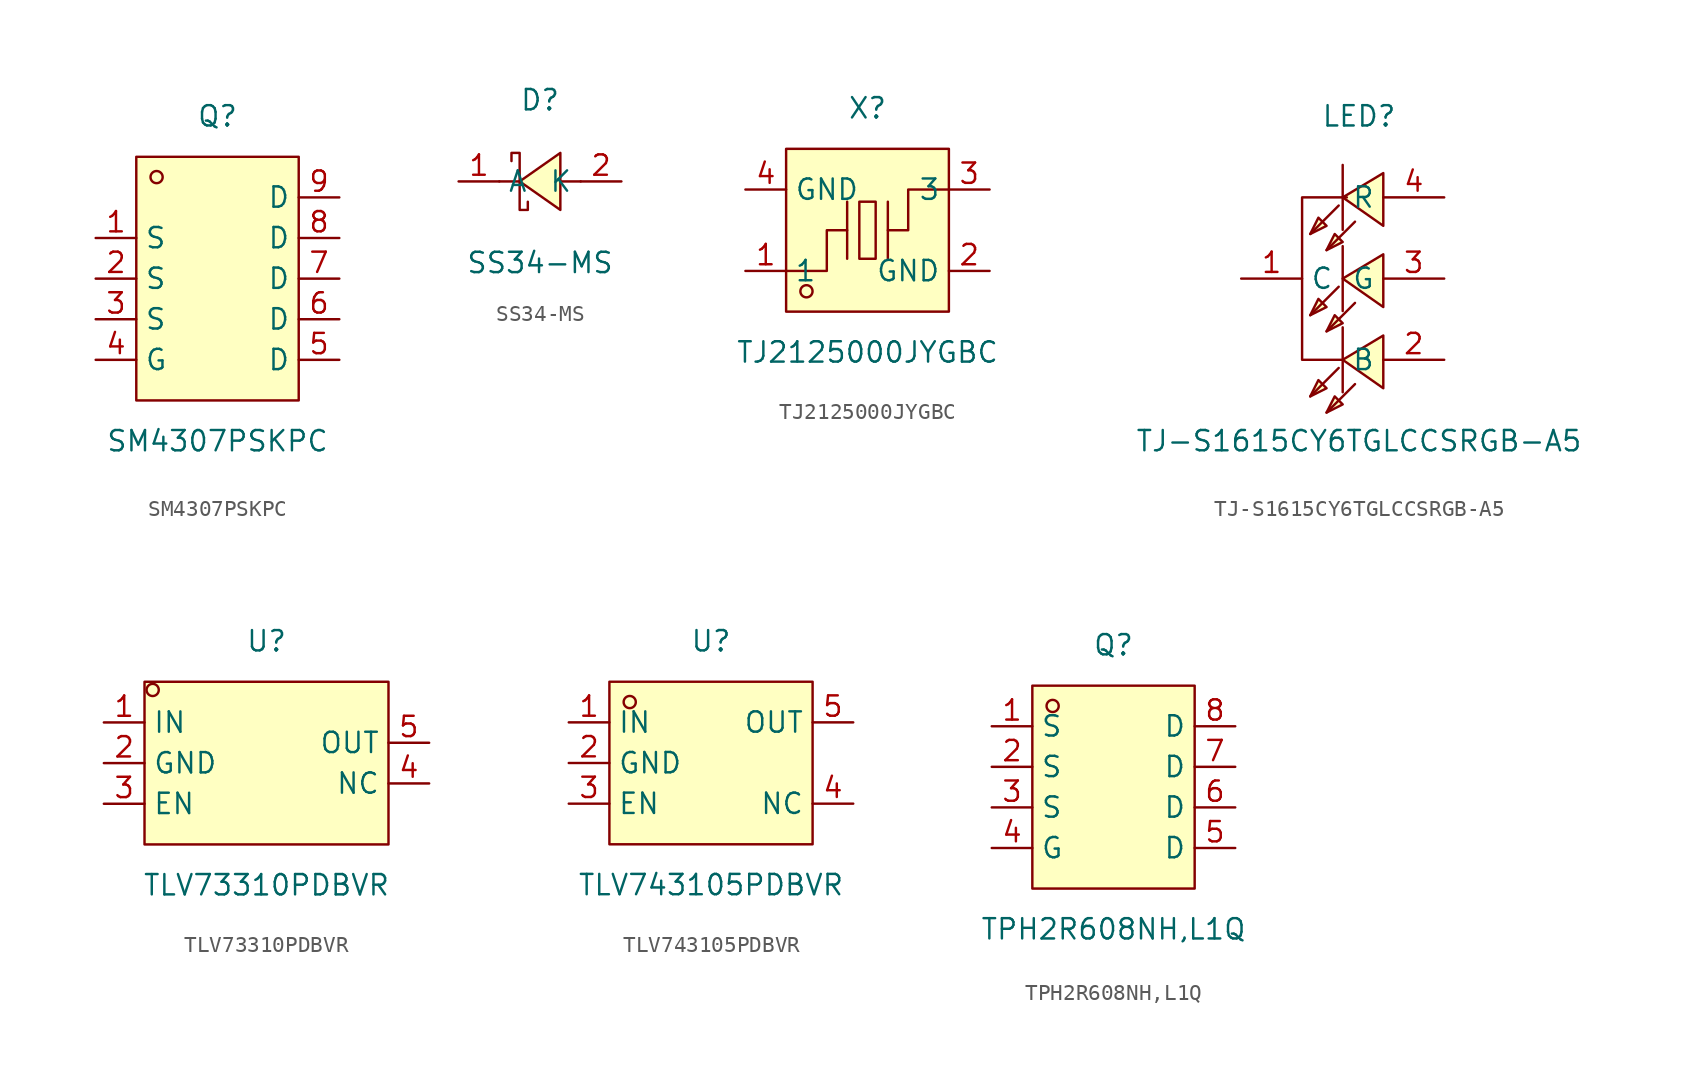
<source format=kicad_sym>
(kicad_symbol_lib
  (version 20220914)
  (generator kicad_symbol_editor)
  (symbol "SM4307PSKPC"
    (property "Reference" "Q"
      (at 0 12.7 0)
      (effects (font (size 1.27 1.27))))
    (property "Value" "SM4307PSKPC"
      (at 0 -7.62 0)
      (effects (font (size 1.27 1.27))))
    (symbol "SM4307PSKPC_0_1"
      (rectangle (start -5.08 10.16) (end 5.08 -5.08) (stroke (width 0) (type default)) (fill (type background)))
      (circle (center -3.81 8.89) (radius 0.38) (stroke (width 0) (type default)) (fill (type none)))
      (pin unspecified line (at -7.62 5.08 0) (length 2.54) (name "S" (effects (font (size 1.27 1.27)))) (number "1" (effects (font (size 1.27 1.27)))))
      (pin unspecified line (at -7.62 2.54 0) (length 2.54) (name "S" (effects (font (size 1.27 1.27)))) (number "2" (effects (font (size 1.27 1.27)))))
      (pin unspecified line (at -7.62 0 0) (length 2.54) (name "S" (effects (font (size 1.27 1.27)))) (number "3" (effects (font (size 1.27 1.27)))))
      (pin unspecified line (at -7.62 -2.54 0) (length 2.54) (name "G" (effects (font (size 1.27 1.27)))) (number "4" (effects (font (size 1.27 1.27)))))
      (pin unspecified line (at 7.62 -2.54 180) (length 2.54) (name "D" (effects (font (size 1.27 1.27)))) (number "5" (effects (font (size 1.27 1.27)))))
      (pin unspecified line (at 7.62 0 180) (length 2.54) (name "D" (effects (font (size 1.27 1.27)))) (number "6" (effects (font (size 1.27 1.27)))))
      (pin unspecified line (at 7.62 2.54 180) (length 2.54) (name "D" (effects (font (size 1.27 1.27)))) (number "7" (effects (font (size 1.27 1.27)))))
      (pin unspecified line (at 7.62 5.08 180) (length 2.54) (name "D" (effects (font (size 1.27 1.27)))) (number "8" (effects (font (size 1.27 1.27)))))
      (pin unspecified line (at 7.62 7.62 180) (length 2.54) (name "D" (effects (font (size 1.27 1.27)))) (number "9" (effects (font (size 1.27 1.27)))))))
  (symbol "SS34-MS"
    (property "Reference" "D"
      (at 0 5.08 0)
      (effects (font (size 1.27 1.27))))
    (property "Value" "SS34-MS"
      (at 0 -5.08 0)
      (effects (font (size 1.27 1.27))))
    (symbol "SS34-MS_0_1"
      (polyline (pts (xy -1.27 0) (xy -2.54 0)) (stroke (width 0) (type default)) (fill (type none)))
      (polyline (pts (xy 2.54 0) (xy 1.27 0)) (stroke (width 0) (type default)) (fill (type none)))
      (polyline (pts (xy 1.27 1.78) (xy -1.27 0) (xy 1.27 -1.78) (xy 1.27 1.78)) (stroke (width 0) (type default)) (fill (type background)))
      (polyline (pts (xy -1.78 1.27) (xy -1.78 1.78) (xy -1.27 1.78) (xy -1.27 -1.78) (xy -0.76 -1.78) (xy -0.76 -1.27)) (stroke (width 0) (type default)) (fill (type none)))
      (pin unspecified line (at -5.08 0 0) (length 2.54) (name "A" (effects (font (size 1.27 1.27)))) (number "1" (effects (font (size 1.27 1.27)))))
      (pin unspecified line (at 5.08 0 180) (length 2.54) (name "K" (effects (font (size 1.27 1.27)))) (number "2" (effects (font (size 1.27 1.27)))))))
  (symbol "TJ2125000JYGBC"
    (property "Reference" "X"
      (at 0 7.62 0)
      (effects (font (size 1.27 1.27))))
    (property "Value" "TJ2125000JYGBC"
      (at 0 -7.62 0)
      (effects (font (size 1.27 1.27))))
    (symbol "TJ2125000JYGBC_0_1"
      (rectangle (start -5.08 5.08) (end 5.08 -5.08) (stroke (width 0) (type default)) (fill (type background)))
      (circle (center -3.81 -3.81) (radius 0.38) (stroke (width 0) (type default)) (fill (type none)))
      (rectangle (start -0.51 1.78) (end 0.51 -1.78) (stroke (width 0) (type default)) (fill (type background)))
      (polyline (pts (xy -1.27 -1.78) (xy -1.27 1.78)) (stroke (width 0) (type default)) (fill (type none)))
      (polyline (pts (xy 1.27 -1.78) (xy 1.27 1.78)) (stroke (width 0) (type default)) (fill (type none)))
      (polyline (pts (xy -5.08 -2.54) (xy -2.54 -2.54) (xy -2.54 0) (xy -1.27 0)) (stroke (width 0) (type default)) (fill (type none)))
      (polyline (pts (xy 5.08 2.54) (xy 2.54 2.54) (xy 2.54 0) (xy 1.27 0)) (stroke (width 0) (type default)) (fill (type none)))
      (pin input line (at -7.62 -2.54 0) (length 2.54) (name "1" (effects (font (size 1.27 1.27)))) (number "1" (effects (font (size 1.27 1.27)))))
      (pin input line (at 7.62 -2.54 180) (length 2.54) (name "GND" (effects (font (size 1.27 1.27)))) (number "2" (effects (font (size 1.27 1.27)))))
      (pin input line (at 7.62 2.54 180) (length 2.54) (name "3" (effects (font (size 1.27 1.27)))) (number "3" (effects (font (size 1.27 1.27)))))
      (pin input line (at -7.62 2.54 0) (length 2.54) (name "GND" (effects (font (size 1.27 1.27)))) (number "4" (effects (font (size 1.27 1.27)))))))
  (symbol "TJ-S1615CY6TGLCCSRGB-A5"
    (property "Reference" "LED"
      (at 0 10.16 0)
      (effects (font (size 1.27 1.27))))
    (property "Value" "TJ-S1615CY6TGLCCSRGB-A5"
      (at 0 -10.16 0)
      (effects (font (size 1.27 1.27))))
    (symbol "TJ-S1615CY6TGLCCSRGB-A5_0_1"
      (polyline (pts (xy -1.27 -5.59) (xy -3.05 -7.37)) (stroke (width 0) (type default)) (fill (type none)))
      (polyline (pts (xy -1.27 -0.51) (xy -3.05 -2.29)) (stroke (width 0) (type default)) (fill (type none)))
      (polyline (pts (xy -1.27 4.57) (xy -3.05 2.79)) (stroke (width 0) (type default)) (fill (type none)))
      (polyline (pts (xy -1.02 -7.11) (xy -1.02 -3.05)) (stroke (width 0) (type default)) (fill (type none)))
      (polyline (pts (xy -1.02 -2.03) (xy -1.02 2.03)) (stroke (width 0) (type default)) (fill (type none)))
      (polyline (pts (xy -1.02 3.05) (xy -1.02 7.11)) (stroke (width 0) (type default)) (fill (type none)))
      (polyline (pts (xy -0.25 -6.6) (xy -2.03 -8.38)) (stroke (width 0) (type default)) (fill (type none)))
      (polyline (pts (xy -0.25 -1.52) (xy -2.03 -3.3)) (stroke (width 0) (type default)) (fill (type none)))
      (polyline (pts (xy -0.25 3.56) (xy -2.03 1.78)) (stroke (width 0) (type default)) (fill (type none)))
      (polyline (pts (xy -3.05 -7.37) (xy -2.03 -6.86) (xy -2.54 -6.35) (xy -3.05 -7.37)) (stroke (width 0) (type default)) (fill (type background)))
      (polyline (pts (xy -3.05 -2.29) (xy -2.03 -1.78) (xy -2.54 -1.27) (xy -3.05 -2.29)) (stroke (width 0) (type default)) (fill (type background)))
      (polyline (pts (xy -3.05 2.79) (xy -2.03 3.3) (xy -2.54 3.81) (xy -3.05 2.79)) (stroke (width 0) (type default)) (fill (type background)))
      (polyline (pts (xy -2.03 -8.38) (xy -1.02 -7.87) (xy -1.52 -7.37) (xy -2.03 -8.38)) (stroke (width 0) (type default)) (fill (type background)))
      (polyline (pts (xy -2.03 -3.3) (xy -1.02 -2.79) (xy -1.52 -2.29) (xy -2.03 -3.3)) (stroke (width 0) (type default)) (fill (type background)))
      (polyline (pts (xy -2.03 1.78) (xy -1.02 2.29) (xy -1.52 2.79) (xy -2.03 1.78)) (stroke (width 0) (type default)) (fill (type background)))
      (polyline (pts (xy -1.02 -5.08) (xy -3.56 -5.08) (xy -3.56 5.08) (xy -0.76 5.08)) (stroke (width 0) (type default)) (fill (type none)))
      (polyline (pts (xy 1.52 -3.56) (xy -1.02 -5.08) (xy 1.52 -6.86) (xy 1.52 -3.56)) (stroke (width 0) (type default)) (fill (type background)))
      (polyline (pts (xy 1.52 1.52) (xy -1.02 0) (xy 1.52 -1.78) (xy 1.52 1.52)) (stroke (width 0) (type default)) (fill (type background)))
      (polyline (pts (xy 1.52 6.6) (xy -1.02 5.08) (xy 1.52 3.3) (xy 1.52 6.6)) (stroke (width 0) (type default)) (fill (type background)))
      (pin unspecified line (at -7.37 0 0) (length 3.81) (name "C" (effects (font (size 1.27 1.27)))) (number "1" (effects (font (size 1.27 1.27)))))
      (pin unspecified line (at 5.33 -5.08 180) (length 3.81) (name "B" (effects (font (size 1.27 1.27)))) (number "2" (effects (font (size 1.27 1.27)))))
      (pin unspecified line (at 5.33 0 180) (length 3.81) (name "G" (effects (font (size 1.27 1.27)))) (number "3" (effects (font (size 1.27 1.27)))))
      (pin unspecified line (at 5.33 5.08 180) (length 3.81) (name "R" (effects (font (size 1.27 1.27)))) (number "4" (effects (font (size 1.27 1.27)))))))
  (symbol "TLV73310PDBVR"
    (property "Reference" "U"
      (at 0 7.62 0)
      (effects (font (size 1.27 1.27))))
    (property "Value" "TLV73310PDBVR"
      (at 0 -7.62 0)
      (effects (font (size 1.27 1.27))))
    (symbol "TLV73310PDBVR_0_1"
      (rectangle (start -7.62 5.08) (end 7.62 -5.08) (stroke (width 0) (type default)) (fill (type background)))
      (circle (center -7.11 4.57) (radius 0.38) (stroke (width 0) (type default)) (fill (type none)))
      (pin unspecified line (at -10.16 2.54 0) (length 2.54) (name "IN" (effects (font (size 1.27 1.27)))) (number "1" (effects (font (size 1.27 1.27)))))
      (pin unspecified line (at -10.16 0 0) (length 2.54) (name "GND" (effects (font (size 1.27 1.27)))) (number "2" (effects (font (size 1.27 1.27)))))
      (pin unspecified line (at -10.16 -2.54 0) (length 2.54) (name "EN" (effects (font (size 1.27 1.27)))) (number "3" (effects (font (size 1.27 1.27)))))
      (pin unspecified line (at 10.16 -1.27 180) (length 2.54) (name "NC" (effects (font (size 1.27 1.27)))) (number "4" (effects (font (size 1.27 1.27)))))
      (pin unspecified line (at 10.16 1.27 180) (length 2.54) (name "OUT" (effects (font (size 1.27 1.27)))) (number "5" (effects (font (size 1.27 1.27)))))))
  (symbol "TLV743105PDBVR"
    (property "Reference" "U"
      (at 0 7.62 0)
      (effects (font (size 1.27 1.27))))
    (property "Value" "TLV743105PDBVR"
      (at 0 -7.62 0)
      (effects (font (size 1.27 1.27))))
    (symbol "TLV743105PDBVR_0_1"
      (rectangle (start -6.35 5.08) (end 6.35 -5.08) (stroke (width 0) (type default)) (fill (type background)))
      (circle (center -5.08 3.81) (radius 0.38) (stroke (width 0) (type default)) (fill (type none)))
      (pin unspecified line (at -8.89 2.54 0) (length 2.54) (name "IN" (effects (font (size 1.27 1.27)))) (number "1" (effects (font (size 1.27 1.27)))))
      (pin unspecified line (at -8.89 0 0) (length 2.54) (name "GND" (effects (font (size 1.27 1.27)))) (number "2" (effects (font (size 1.27 1.27)))))
      (pin unspecified line (at -8.89 -2.54 0) (length 2.54) (name "EN" (effects (font (size 1.27 1.27)))) (number "3" (effects (font (size 1.27 1.27)))))
      (pin unspecified line (at 8.89 -2.54 180) (length 2.54) (name "NC" (effects (font (size 1.27 1.27)))) (number "4" (effects (font (size 1.27 1.27)))))
      (pin unspecified line (at 8.89 2.54 180) (length 2.54) (name "OUT" (effects (font (size 1.27 1.27)))) (number "5" (effects (font (size 1.27 1.27)))))))
  (symbol "TPH2R608NH,L1Q"
    (property "Reference" "Q"
      (at 0 8.89 0)
      (effects (font (size 1.27 1.27))))
    (property "Value" "TPH2R608NH,L1Q"
      (at 0 -8.89 0)
      (effects (font (size 1.27 1.27))))
    (symbol "TPH2R608NH,L1Q_0_1"
      (rectangle (start -5.08 6.35) (end 5.08 -6.35) (stroke (width 0) (type default)) (fill (type background)))
      (circle (center -3.81 5.08) (radius 0.38) (stroke (width 0) (type default)) (fill (type none)))
      (pin unspecified line (at -7.62 3.81 0) (length 2.54) (name "S" (effects (font (size 1.27 1.27)))) (number "1" (effects (font (size 1.27 1.27)))))
      (pin unspecified line (at -7.62 1.27 0) (length 2.54) (name "S" (effects (font (size 1.27 1.27)))) (number "2" (effects (font (size 1.27 1.27)))))
      (pin unspecified line (at -7.62 -1.27 0) (length 2.54) (name "S" (effects (font (size 1.27 1.27)))) (number "3" (effects (font (size 1.27 1.27)))))
      (pin unspecified line (at -7.62 -3.81 0) (length 2.54) (name "G" (effects (font (size 1.27 1.27)))) (number "4" (effects (font (size 1.27 1.27)))))
      (pin unspecified line (at 7.62 -3.81 180) (length 2.54) (name "D" (effects (font (size 1.27 1.27)))) (number "5" (effects (font (size 1.27 1.27)))))
      (pin unspecified line (at 7.62 -1.27 180) (length 2.54) (name "D" (effects (font (size 1.27 1.27)))) (number "6" (effects (font (size 1.27 1.27)))))
      (pin unspecified line (at 7.62 1.27 180) (length 2.54) (name "D" (effects (font (size 1.27 1.27)))) (number "7" (effects (font (size 1.27 1.27)))))
      (pin unspecified line (at 7.62 3.81 180) (length 2.54) (name "D" (effects (font (size 1.27 1.27)))) (number "8" (effects (font (size 1.27 1.27))))))))
</source>
